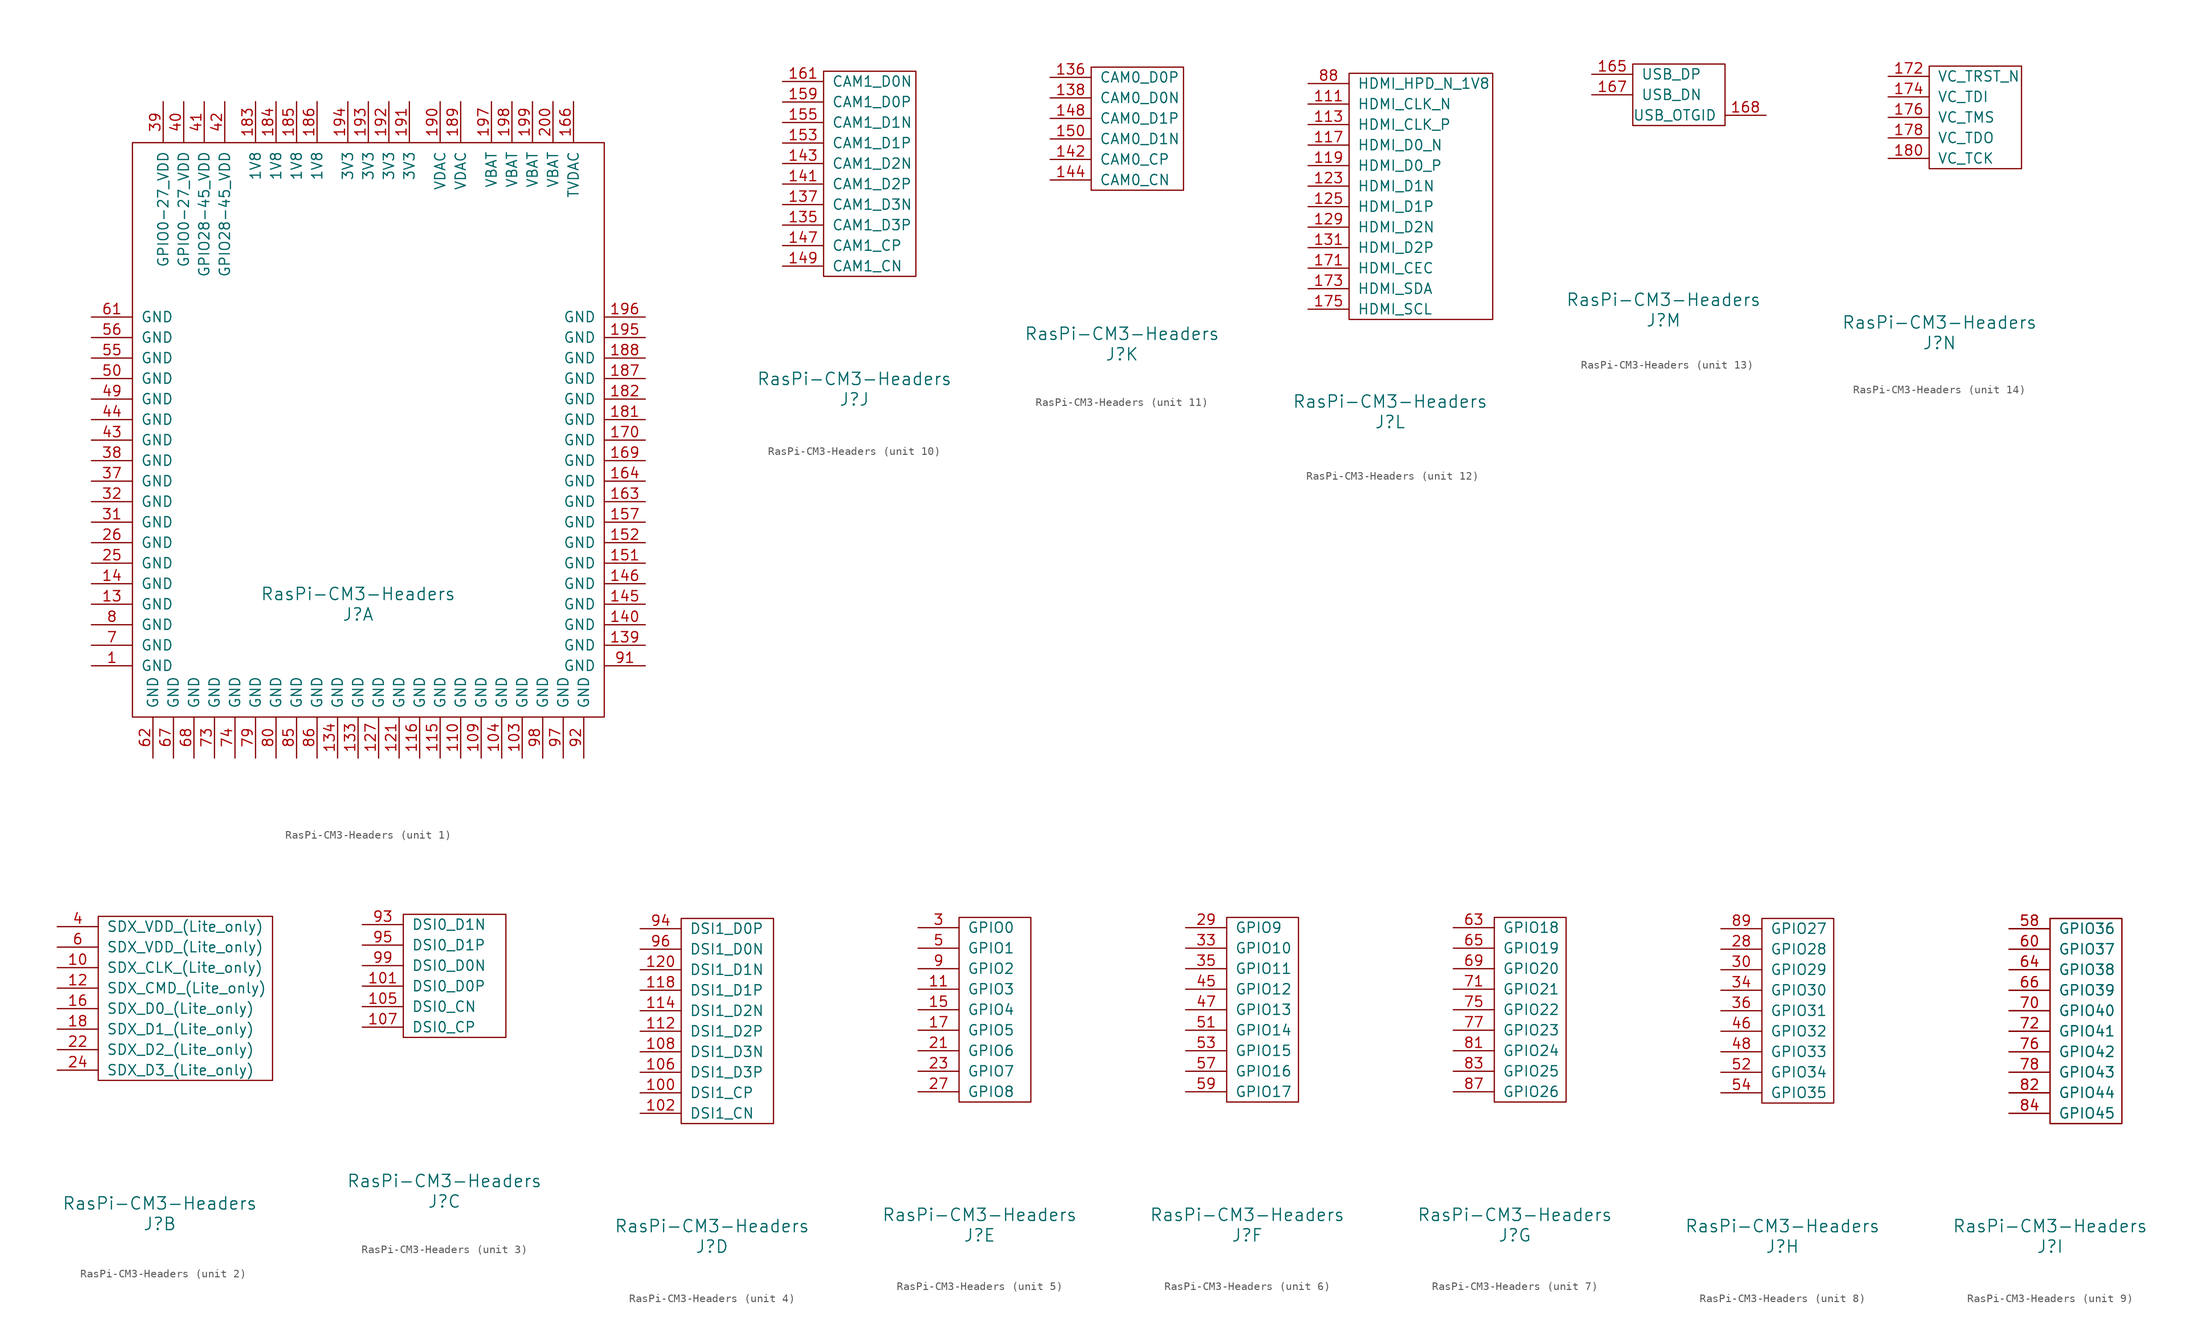
<source format=kicad_sym>
(kicad_symbol_lib
  (version 20241209)
  (generator "kicad_symbol_editor")
  (generator_version "9.0")
  (symbol "RasPi-CM3-Headers"
    (pin_names
      (offset 1.016))
    (property "Reference" "J"
      (at -1.27 -27.94 0)
      (effects (font (size 1.524 1.524))))
    (property "Value" "RasPi-CM3-Headers"
      (at -1.27 -25.4 0)
      (effects (font (size 1.524 1.524))))
    (property "ki_locked" ""
      (at 0 0 0)
      (effects (font (size 1.27 1.27))))
    (symbol "RasPi-CM3-Headers_1_0"
      (rectangle (start -29.21 30.48) (end 29.21 -40.64) (stroke (width 0) (type solid)) (fill (type none))))
    (symbol "RasPi-CM3-Headers_1_1"
      (pin power_in line (at -34.29 8.89 0) (length 5.08) (name "GND" (effects (font (size 1.27 1.27)))) (number "61" (effects (font (size 1.27 1.27)))))
      (pin power_in line (at -34.29 6.35 0) (length 5.08) (name "GND" (effects (font (size 1.27 1.27)))) (number "56" (effects (font (size 1.27 1.27)))))
      (pin power_in line (at -34.29 3.81 0) (length 5.08) (name "GND" (effects (font (size 1.27 1.27)))) (number "55" (effects (font (size 1.27 1.27)))))
      (pin power_in line (at -34.29 1.27 0) (length 5.08) (name "GND" (effects (font (size 1.27 1.27)))) (number "50" (effects (font (size 1.27 1.27)))))
      (pin power_in line (at -34.29 -1.27 0) (length 5.08) (name "GND" (effects (font (size 1.27 1.27)))) (number "49" (effects (font (size 1.27 1.27)))))
      (pin power_in line (at -34.29 -3.81 0) (length 5.08) (name "GND" (effects (font (size 1.27 1.27)))) (number "44" (effects (font (size 1.27 1.27)))))
      (pin power_in line (at -34.29 -6.35 0) (length 5.08) (name "GND" (effects (font (size 1.27 1.27)))) (number "43" (effects (font (size 1.27 1.27)))))
      (pin power_in line (at -34.29 -8.89 0) (length 5.08) (name "GND" (effects (font (size 1.27 1.27)))) (number "38" (effects (font (size 1.27 1.27)))))
      (pin power_in line (at -34.29 -11.43 0) (length 5.08) (name "GND" (effects (font (size 1.27 1.27)))) (number "37" (effects (font (size 1.27 1.27)))))
      (pin power_in line (at -34.29 -13.97 0) (length 5.08) (name "GND" (effects (font (size 1.27 1.27)))) (number "32" (effects (font (size 1.27 1.27)))))
      (pin power_in line (at -34.29 -16.51 0) (length 5.08) (name "GND" (effects (font (size 1.27 1.27)))) (number "31" (effects (font (size 1.27 1.27)))))
      (pin power_in line (at -34.29 -19.05 0) (length 5.08) (name "GND" (effects (font (size 1.27 1.27)))) (number "26" (effects (font (size 1.27 1.27)))))
      (pin power_in line (at -34.29 -21.59 0) (length 5.08) (name "GND" (effects (font (size 1.27 1.27)))) (number "25" (effects (font (size 1.27 1.27)))))
      (pin power_in line (at -34.29 -24.13 0) (length 5.08) (name "GND" (effects (font (size 1.27 1.27)))) (number "14" (effects (font (size 1.27 1.27)))))
      (pin power_in line (at -34.29 -26.67 0) (length 5.08) (name "GND" (effects (font (size 1.27 1.27)))) (number "13" (effects (font (size 1.27 1.27)))))
      (pin power_in line (at -34.29 -29.21 0) (length 5.08) (name "GND" (effects (font (size 1.27 1.27)))) (number "8" (effects (font (size 1.27 1.27)))))
      (pin power_in line (at -34.29 -31.75 0) (length 5.08) (name "GND" (effects (font (size 1.27 1.27)))) (number "7" (effects (font (size 1.27 1.27)))))
      (pin power_in line (at -34.29 -34.29 0) (length 5.08) (name "GND" (effects (font (size 1.27 1.27)))) (number "1" (effects (font (size 1.27 1.27)))))
      (pin power_in line (at -26.67 -45.72 90) (length 5.08) (name "GND" (effects (font (size 1.27 1.27)))) (number "62" (effects (font (size 1.27 1.27)))))
      (pin power_in line (at -25.4 35.56 270) (length 5.08) (name "GPIO0-27_VDD" (effects (font (size 1.27 1.27)))) (number "39" (effects (font (size 1.27 1.27)))))
      (pin power_in line (at -24.13 -45.72 90) (length 5.08) (name "GND" (effects (font (size 1.27 1.27)))) (number "67" (effects (font (size 1.27 1.27)))))
      (pin power_in line (at -22.86 35.56 270) (length 5.08) (name "GPIO0-27_VDD" (effects (font (size 1.27 1.27)))) (number "40" (effects (font (size 1.27 1.27)))))
      (pin power_in line (at -21.59 -45.72 90) (length 5.08) (name "GND" (effects (font (size 1.27 1.27)))) (number "68" (effects (font (size 1.27 1.27)))))
      (pin power_in line (at -20.32 35.56 270) (length 5.08) (name "GPIO28-45_VDD" (effects (font (size 1.27 1.27)))) (number "41" (effects (font (size 1.27 1.27)))))
      (pin power_in line (at -19.05 -45.72 90) (length 5.08) (name "GND" (effects (font (size 1.27 1.27)))) (number "73" (effects (font (size 1.27 1.27)))))
      (pin power_in line (at -17.78 35.56 270) (length 5.08) (name "GPIO28-45_VDD" (effects (font (size 1.27 1.27)))) (number "42" (effects (font (size 1.27 1.27)))))
      (pin power_in line (at -16.51 -45.72 90) (length 5.08) (name "GND" (effects (font (size 1.27 1.27)))) (number "74" (effects (font (size 1.27 1.27)))))
      (pin power_in line (at -13.97 35.56 270) (length 5.08) (name "1V8" (effects (font (size 1.27 1.27)))) (number "183" (effects (font (size 1.27 1.27)))))
      (pin power_in line (at -13.97 -45.72 90) (length 5.08) (name "GND" (effects (font (size 1.27 1.27)))) (number "79" (effects (font (size 1.27 1.27)))))
      (pin no_connect line (at -12.7 5.08 270) (length 5.08) (hide yes) (name "NC" (effects (font (size 1.27 1.27)))) (number "124" (effects (font (size 1.27 1.27)))))
      (pin power_in line (at -11.43 35.56 270) (length 5.08) (name "1V8" (effects (font (size 1.27 1.27)))) (number "184" (effects (font (size 1.27 1.27)))))
      (pin power_in line (at -11.43 -45.72 90) (length 5.08) (name "GND" (effects (font (size 1.27 1.27)))) (number "80" (effects (font (size 1.27 1.27)))))
      (pin no_connect line (at -10.16 5.08 270) (length 5.08) (hide yes) (name "NC" (effects (font (size 1.27 1.27)))) (number "126" (effects (font (size 1.27 1.27)))))
      (pin power_in line (at -8.89 35.56 270) (length 5.08) (name "1V8" (effects (font (size 1.27 1.27)))) (number "185" (effects (font (size 1.27 1.27)))))
      (pin power_in line (at -8.89 -45.72 90) (length 5.08) (name "GND" (effects (font (size 1.27 1.27)))) (number "85" (effects (font (size 1.27 1.27)))))
      (pin no_connect line (at -7.62 5.08 270) (length 5.08) (hide yes) (name "NC" (effects (font (size 1.27 1.27)))) (number "128" (effects (font (size 1.27 1.27)))))
      (pin power_in line (at -6.35 35.56 270) (length 5.08) (name "1V8" (effects (font (size 1.27 1.27)))) (number "186" (effects (font (size 1.27 1.27)))))
      (pin power_in line (at -6.35 -45.72 90) (length 5.08) (name "GND" (effects (font (size 1.27 1.27)))) (number "86" (effects (font (size 1.27 1.27)))))
      (pin no_connect line (at -5.08 5.08 270) (length 5.08) (hide yes) (name "NC" (effects (font (size 1.27 1.27)))) (number "130" (effects (font (size 1.27 1.27)))))
      (pin power_in line (at -3.81 -45.72 90) (length 5.08) (name "GND" (effects (font (size 1.27 1.27)))) (number "134" (effects (font (size 1.27 1.27)))))
      (pin power_in line (at -2.54 35.56 270) (length 5.08) (name "3V3" (effects (font (size 1.27 1.27)))) (number "194" (effects (font (size 1.27 1.27)))))
      (pin no_connect line (at -2.54 5.08 270) (length 5.08) (hide yes) (name "NC" (effects (font (size 1.27 1.27)))) (number "132" (effects (font (size 1.27 1.27)))))
      (pin power_in line (at -1.27 -45.72 90) (length 5.08) (name "GND" (effects (font (size 1.27 1.27)))) (number "133" (effects (font (size 1.27 1.27)))))
      (pin power_in line (at 0 35.56 270) (length 5.08) (name "3V3" (effects (font (size 1.27 1.27)))) (number "193" (effects (font (size 1.27 1.27)))))
      (pin no_connect line (at 0 5.08 270) (length 5.08) (hide yes) (name "VDD_CORE_NC" (effects (font (size 1.27 1.27)))) (number "179" (effects (font (size 1.27 1.27)))))
      (pin power_in line (at 1.27 -45.72 90) (length 5.08) (name "GND" (effects (font (size 1.27 1.27)))) (number "127" (effects (font (size 1.27 1.27)))))
      (pin power_in line (at 2.54 35.56 270) (length 5.08) (name "3V3" (effects (font (size 1.27 1.27)))) (number "192" (effects (font (size 1.27 1.27)))))
      (pin no_connect line (at 2.54 5.08 270) (length 5.08) (hide yes) (name "NC" (effects (font (size 1.27 1.27)))) (number "154" (effects (font (size 1.27 1.27)))))
      (pin power_in line (at 3.81 -45.72 90) (length 5.08) (name "GND" (effects (font (size 1.27 1.27)))) (number "121" (effects (font (size 1.27 1.27)))))
      (pin power_in line (at 5.08 35.56 270) (length 5.08) (name "3V3" (effects (font (size 1.27 1.27)))) (number "191" (effects (font (size 1.27 1.27)))))
      (pin no_connect line (at 5.08 5.08 270) (length 5.08) (hide yes) (name "NC" (effects (font (size 1.27 1.27)))) (number "156" (effects (font (size 1.27 1.27)))))
      (pin power_in line (at 6.35 -45.72 90) (length 5.08) (name "GND" (effects (font (size 1.27 1.27)))) (number "116" (effects (font (size 1.27 1.27)))))
      (pin no_connect line (at 7.62 5.08 270) (length 5.08) (hide yes) (name "NC" (effects (font (size 1.27 1.27)))) (number "158" (effects (font (size 1.27 1.27)))))
      (pin power_in line (at 8.89 35.56 270) (length 5.08) (name "VDAC" (effects (font (size 1.27 1.27)))) (number "190" (effects (font (size 1.27 1.27)))))
      (pin power_in line (at 8.89 -45.72 90) (length 5.08) (name "GND" (effects (font (size 1.27 1.27)))) (number "115" (effects (font (size 1.27 1.27)))))
      (pin no_connect line (at 10.16 5.08 270) (length 5.08) (hide yes) (name "NC" (effects (font (size 1.27 1.27)))) (number "160" (effects (font (size 1.27 1.27)))))
      (pin power_in line (at 11.43 35.56 270) (length 5.08) (name "VDAC" (effects (font (size 1.27 1.27)))) (number "189" (effects (font (size 1.27 1.27)))))
      (pin power_in line (at 11.43 -45.72 90) (length 5.08) (name "GND" (effects (font (size 1.27 1.27)))) (number "110" (effects (font (size 1.27 1.27)))))
      (pin no_connect line (at 12.7 5.08 270) (length 5.08) (hide yes) (name "NC" (effects (font (size 1.27 1.27)))) (number "162" (effects (font (size 1.27 1.27)))))
      (pin power_in line (at 13.97 -45.72 90) (length 5.08) (name "GND" (effects (font (size 1.27 1.27)))) (number "109" (effects (font (size 1.27 1.27)))))
      (pin power_in line (at 15.24 35.56 270) (length 5.08) (name "VBAT" (effects (font (size 1.27 1.27)))) (number "197" (effects (font (size 1.27 1.27)))))
      (pin power_in line (at 16.51 -45.72 90) (length 5.08) (name "GND" (effects (font (size 1.27 1.27)))) (number "104" (effects (font (size 1.27 1.27)))))
      (pin power_in line (at 17.78 35.56 270) (length 5.08) (name "VBAT" (effects (font (size 1.27 1.27)))) (number "198" (effects (font (size 1.27 1.27)))))
      (pin power_in line (at 19.05 -45.72 90) (length 5.08) (name "GND" (effects (font (size 1.27 1.27)))) (number "103" (effects (font (size 1.27 1.27)))))
      (pin power_in line (at 20.32 35.56 270) (length 5.08) (name "VBAT" (effects (font (size 1.27 1.27)))) (number "199" (effects (font (size 1.27 1.27)))))
      (pin power_in line (at 21.59 -45.72 90) (length 5.08) (name "GND" (effects (font (size 1.27 1.27)))) (number "98" (effects (font (size 1.27 1.27)))))
      (pin power_in line (at 22.86 35.56 270) (length 5.08) (name "VBAT" (effects (font (size 1.27 1.27)))) (number "200" (effects (font (size 1.27 1.27)))))
      (pin power_in line (at 24.13 -45.72 90) (length 5.08) (name "GND" (effects (font (size 1.27 1.27)))) (number "97" (effects (font (size 1.27 1.27)))))
      (pin output line (at 25.4 35.56 270) (length 5.08) (name "TVDAC" (effects (font (size 1.27 1.27)))) (number "166" (effects (font (size 1.27 1.27)))))
      (pin power_in line (at 26.67 -45.72 90) (length 5.08) (name "GND" (effects (font (size 1.27 1.27)))) (number "92" (effects (font (size 1.27 1.27)))))
      (pin power_in line (at 34.29 8.89 180) (length 5.08) (name "GND" (effects (font (size 1.27 1.27)))) (number "196" (effects (font (size 1.27 1.27)))))
      (pin power_in line (at 34.29 6.35 180) (length 5.08) (name "GND" (effects (font (size 1.27 1.27)))) (number "195" (effects (font (size 1.27 1.27)))))
      (pin power_in line (at 34.29 3.81 180) (length 5.08) (name "GND" (effects (font (size 1.27 1.27)))) (number "188" (effects (font (size 1.27 1.27)))))
      (pin power_in line (at 34.29 1.27 180) (length 5.08) (name "GND" (effects (font (size 1.27 1.27)))) (number "187" (effects (font (size 1.27 1.27)))))
      (pin power_in line (at 34.29 -1.27 180) (length 5.08) (name "GND" (effects (font (size 1.27 1.27)))) (number "182" (effects (font (size 1.27 1.27)))))
      (pin power_in line (at 34.29 -3.81 180) (length 5.08) (name "GND" (effects (font (size 1.27 1.27)))) (number "181" (effects (font (size 1.27 1.27)))))
      (pin power_in line (at 34.29 -6.35 180) (length 5.08) (name "GND" (effects (font (size 1.27 1.27)))) (number "170" (effects (font (size 1.27 1.27)))))
      (pin power_in line (at 34.29 -8.89 180) (length 5.08) (name "GND" (effects (font (size 1.27 1.27)))) (number "169" (effects (font (size 1.27 1.27)))))
      (pin power_in line (at 34.29 -11.43 180) (length 5.08) (name "GND" (effects (font (size 1.27 1.27)))) (number "164" (effects (font (size 1.27 1.27)))))
      (pin power_in line (at 34.29 -13.97 180) (length 5.08) (name "GND" (effects (font (size 1.27 1.27)))) (number "163" (effects (font (size 1.27 1.27)))))
      (pin power_in line (at 34.29 -16.51 180) (length 5.08) (name "GND" (effects (font (size 1.27 1.27)))) (number "157" (effects (font (size 1.27 1.27)))))
      (pin power_in line (at 34.29 -19.05 180) (length 5.08) (name "GND" (effects (font (size 1.27 1.27)))) (number "152" (effects (font (size 1.27 1.27)))))
      (pin power_in line (at 34.29 -21.59 180) (length 5.08) (name "GND" (effects (font (size 1.27 1.27)))) (number "151" (effects (font (size 1.27 1.27)))))
      (pin power_in line (at 34.29 -24.13 180) (length 5.08) (name "GND" (effects (font (size 1.27 1.27)))) (number "146" (effects (font (size 1.27 1.27)))))
      (pin power_in line (at 34.29 -26.67 180) (length 5.08) (name "GND" (effects (font (size 1.27 1.27)))) (number "145" (effects (font (size 1.27 1.27)))))
      (pin power_in line (at 34.29 -29.21 180) (length 5.08) (name "GND" (effects (font (size 1.27 1.27)))) (number "140" (effects (font (size 1.27 1.27)))))
      (pin power_in line (at 34.29 -31.75 180) (length 5.08) (name "GND" (effects (font (size 1.27 1.27)))) (number "139" (effects (font (size 1.27 1.27)))))
      (pin power_in line (at 34.29 -34.29 180) (length 5.08) (name "GND" (effects (font (size 1.27 1.27)))) (number "91" (effects (font (size 1.27 1.27))))))
    (symbol "RasPi-CM3-Headers_2_0"
      (rectangle (start -8.89 10.16) (end 12.7 -10.16) (stroke (width 0) (type solid)) (fill (type none))))
    (symbol "RasPi-CM3-Headers_2_1"
      (pin power_in line (at -13.97 8.89 0) (length 5.08) (name "SDX_VDD_(Lite_only)" (effects (font (size 1.27 1.27)))) (number "4" (effects (font (size 1.27 1.27)))))
      (pin power_in line (at -13.97 6.35 0) (length 5.08) (name "SDX_VDD_(Lite_only)" (effects (font (size 1.27 1.27)))) (number "6" (effects (font (size 1.27 1.27)))))
      (pin output line (at -13.97 3.81 0) (length 5.08) (name "SDX_CLK_(Lite_only)" (effects (font (size 1.27 1.27)))) (number "10" (effects (font (size 1.27 1.27)))))
      (pin bidirectional line (at -13.97 1.27 0) (length 5.08) (name "SDX_CMD_(Lite_only)" (effects (font (size 1.27 1.27)))) (number "12" (effects (font (size 1.27 1.27)))))
      (pin bidirectional line (at -13.97 -1.27 0) (length 5.08) (name "SDX_D0_(Lite_only)" (effects (font (size 1.27 1.27)))) (number "16" (effects (font (size 1.27 1.27)))))
      (pin bidirectional line (at -13.97 -3.81 0) (length 5.08) (name "SDX_D1_(Lite_only)" (effects (font (size 1.27 1.27)))) (number "18" (effects (font (size 1.27 1.27)))))
      (pin bidirectional line (at -13.97 -6.35 0) (length 5.08) (name "SDX_D2_(Lite_only)" (effects (font (size 1.27 1.27)))) (number "22" (effects (font (size 1.27 1.27)))))
      (pin bidirectional line (at -13.97 -8.89 0) (length 5.08) (name "SDX_D3_(Lite_only)" (effects (font (size 1.27 1.27)))) (number "24" (effects (font (size 1.27 1.27))))))
    (symbol "RasPi-CM3-Headers_3_0"
      (rectangle (start -6.35 7.62) (end 6.35 -7.62) (stroke (width 0) (type solid)) (fill (type none))))
    (symbol "RasPi-CM3-Headers_3_1"
      (pin output line (at -11.43 6.35 0) (length 5.08) (name "DSI0_D1N" (effects (font (size 1.27 1.27)))) (number "93" (effects (font (size 1.27 1.27)))))
      (pin output line (at -11.43 3.81 0) (length 5.08) (name "DSI0_D1P" (effects (font (size 1.27 1.27)))) (number "95" (effects (font (size 1.27 1.27)))))
      (pin output line (at -11.43 1.27 0) (length 5.08) (name "DSI0_D0N" (effects (font (size 1.27 1.27)))) (number "99" (effects (font (size 1.27 1.27)))))
      (pin output line (at -11.43 -1.27 0) (length 5.08) (name "DSI0_D0P" (effects (font (size 1.27 1.27)))) (number "101" (effects (font (size 1.27 1.27)))))
      (pin output line (at -11.43 -3.81 0) (length 5.08) (name "DSI0_CN" (effects (font (size 1.27 1.27)))) (number "105" (effects (font (size 1.27 1.27)))))
      (pin output line (at -11.43 -6.35 0) (length 5.08) (name "DSI0_CP" (effects (font (size 1.27 1.27)))) (number "107" (effects (font (size 1.27 1.27))))))
    (symbol "RasPi-CM3-Headers_4_0"
      (rectangle (start -5.08 12.7) (end 6.35 -12.7) (stroke (width 0) (type solid)) (fill (type none))))
    (symbol "RasPi-CM3-Headers_4_1"
      (pin output line (at -10.16 11.43 0) (length 5.08) (name "DSI1_D0P" (effects (font (size 1.27 1.27)))) (number "94" (effects (font (size 1.27 1.27)))))
      (pin output line (at -10.16 8.89 0) (length 5.08) (name "DSI1_D0N" (effects (font (size 1.27 1.27)))) (number "96" (effects (font (size 1.27 1.27)))))
      (pin output line (at -10.16 6.35 0) (length 5.08) (name "DSI1_D1N" (effects (font (size 1.27 1.27)))) (number "120" (effects (font (size 1.27 1.27)))))
      (pin output line (at -10.16 3.81 0) (length 5.08) (name "DSI1_D1P" (effects (font (size 1.27 1.27)))) (number "118" (effects (font (size 1.27 1.27)))))
      (pin output line (at -10.16 1.27 0) (length 5.08) (name "DSI1_D2N" (effects (font (size 1.27 1.27)))) (number "114" (effects (font (size 1.27 1.27)))))
      (pin output line (at -10.16 -1.27 0) (length 5.08) (name "DSI1_D2P" (effects (font (size 1.27 1.27)))) (number "112" (effects (font (size 1.27 1.27)))))
      (pin output line (at -10.16 -3.81 0) (length 5.08) (name "DSI1_D3N" (effects (font (size 1.27 1.27)))) (number "108" (effects (font (size 1.27 1.27)))))
      (pin output line (at -10.16 -6.35 0) (length 5.08) (name "DSI1_D3P" (effects (font (size 1.27 1.27)))) (number "106" (effects (font (size 1.27 1.27)))))
      (pin output line (at -10.16 -8.89 0) (length 5.08) (name "DSI1_CP" (effects (font (size 1.27 1.27)))) (number "100" (effects (font (size 1.27 1.27)))))
      (pin output line (at -10.16 -11.43 0) (length 5.08) (name "DSI1_CN" (effects (font (size 1.27 1.27)))) (number "102" (effects (font (size 1.27 1.27))))))
    (symbol "RasPi-CM3-Headers_5_0"
      (rectangle (start -3.81 11.43) (end 5.08 -11.43) (stroke (width 0) (type solid)) (fill (type none))))
    (symbol "RasPi-CM3-Headers_5_1"
      (pin bidirectional line (at -8.89 10.16 0) (length 5.08) (name "GPIO0" (effects (font (size 1.27 1.27)))) (number "3" (effects (font (size 1.27 1.27)))))
      (pin bidirectional line (at -8.89 7.62 0) (length 5.08) (name "GPIO1" (effects (font (size 1.27 1.27)))) (number "5" (effects (font (size 1.27 1.27)))))
      (pin bidirectional line (at -8.89 5.08 0) (length 5.08) (name "GPIO2" (effects (font (size 1.27 1.27)))) (number "9" (effects (font (size 1.27 1.27)))))
      (pin bidirectional line (at -8.89 2.54 0) (length 5.08) (name "GPIO3" (effects (font (size 1.27 1.27)))) (number "11" (effects (font (size 1.27 1.27)))))
      (pin bidirectional line (at -8.89 0 0) (length 5.08) (name "GPIO4" (effects (font (size 1.27 1.27)))) (number "15" (effects (font (size 1.27 1.27)))))
      (pin bidirectional line (at -8.89 -2.54 0) (length 5.08) (name "GPIO5" (effects (font (size 1.27 1.27)))) (number "17" (effects (font (size 1.27 1.27)))))
      (pin bidirectional line (at -8.89 -5.08 0) (length 5.08) (name "GPIO6" (effects (font (size 1.27 1.27)))) (number "21" (effects (font (size 1.27 1.27)))))
      (pin bidirectional line (at -8.89 -7.62 0) (length 5.08) (name "GPIO7" (effects (font (size 1.27 1.27)))) (number "23" (effects (font (size 1.27 1.27)))))
      (pin bidirectional line (at -8.89 -10.16 0) (length 5.08) (name "GPIO8" (effects (font (size 1.27 1.27)))) (number "27" (effects (font (size 1.27 1.27))))))
    (symbol "RasPi-CM3-Headers_6_0"
      (rectangle (start -3.81 11.43) (end 5.08 -11.43) (stroke (width 0) (type solid)) (fill (type none))))
    (symbol "RasPi-CM3-Headers_6_1"
      (pin bidirectional line (at -8.89 10.16 0) (length 5.08) (name "GPIO9" (effects (font (size 1.27 1.27)))) (number "29" (effects (font (size 1.27 1.27)))))
      (pin bidirectional line (at -8.89 7.62 0) (length 5.08) (name "GPIO10" (effects (font (size 1.27 1.27)))) (number "33" (effects (font (size 1.27 1.27)))))
      (pin bidirectional line (at -8.89 5.08 0) (length 5.08) (name "GPIO11" (effects (font (size 1.27 1.27)))) (number "35" (effects (font (size 1.27 1.27)))))
      (pin bidirectional line (at -8.89 2.54 0) (length 5.08) (name "GPIO12" (effects (font (size 1.27 1.27)))) (number "45" (effects (font (size 1.27 1.27)))))
      (pin bidirectional line (at -8.89 0 0) (length 5.08) (name "GPIO13" (effects (font (size 1.27 1.27)))) (number "47" (effects (font (size 1.27 1.27)))))
      (pin bidirectional line (at -8.89 -2.54 0) (length 5.08) (name "GPIO14" (effects (font (size 1.27 1.27)))) (number "51" (effects (font (size 1.27 1.27)))))
      (pin bidirectional line (at -8.89 -5.08 0) (length 5.08) (name "GPIO15" (effects (font (size 1.27 1.27)))) (number "53" (effects (font (size 1.27 1.27)))))
      (pin bidirectional line (at -8.89 -7.62 0) (length 5.08) (name "GPIO16" (effects (font (size 1.27 1.27)))) (number "57" (effects (font (size 1.27 1.27)))))
      (pin bidirectional line (at -8.89 -10.16 0) (length 5.08) (name "GPIO17" (effects (font (size 1.27 1.27)))) (number "59" (effects (font (size 1.27 1.27))))))
    (symbol "RasPi-CM3-Headers_7_0"
      (rectangle (start -3.81 11.43) (end 5.08 -11.43) (stroke (width 0) (type solid)) (fill (type none))))
    (symbol "RasPi-CM3-Headers_7_1"
      (pin bidirectional line (at -8.89 10.16 0) (length 5.08) (name "GPIO18" (effects (font (size 1.27 1.27)))) (number "63" (effects (font (size 1.27 1.27)))))
      (pin bidirectional line (at -8.89 7.62 0) (length 5.08) (name "GPIO19" (effects (font (size 1.27 1.27)))) (number "65" (effects (font (size 1.27 1.27)))))
      (pin bidirectional line (at -8.89 5.08 0) (length 5.08) (name "GPIO20" (effects (font (size 1.27 1.27)))) (number "69" (effects (font (size 1.27 1.27)))))
      (pin bidirectional line (at -8.89 2.54 0) (length 5.08) (name "GPIO21" (effects (font (size 1.27 1.27)))) (number "71" (effects (font (size 1.27 1.27)))))
      (pin bidirectional line (at -8.89 0 0) (length 5.08) (name "GPIO22" (effects (font (size 1.27 1.27)))) (number "75" (effects (font (size 1.27 1.27)))))
      (pin bidirectional line (at -8.89 -2.54 0) (length 5.08) (name "GPIO23" (effects (font (size 1.27 1.27)))) (number "77" (effects (font (size 1.27 1.27)))))
      (pin bidirectional line (at -8.89 -5.08 0) (length 5.08) (name "GPIO24" (effects (font (size 1.27 1.27)))) (number "81" (effects (font (size 1.27 1.27)))))
      (pin bidirectional line (at -8.89 -7.62 0) (length 5.08) (name "GPIO25" (effects (font (size 1.27 1.27)))) (number "83" (effects (font (size 1.27 1.27)))))
      (pin bidirectional line (at -8.89 -10.16 0) (length 5.08) (name "GPIO26" (effects (font (size 1.27 1.27)))) (number "87" (effects (font (size 1.27 1.27))))))
    (symbol "RasPi-CM3-Headers_8_0"
      (rectangle (start -3.81 12.7) (end 5.08 -10.16) (stroke (width 0) (type solid)) (fill (type none))))
    (symbol "RasPi-CM3-Headers_8_1"
      (pin bidirectional line (at -8.89 11.43 0) (length 5.08) (name "GPIO27" (effects (font (size 1.27 1.27)))) (number "89" (effects (font (size 1.27 1.27)))))
      (pin bidirectional line (at -8.89 8.89 0) (length 5.08) (name "GPIO28" (effects (font (size 1.27 1.27)))) (number "28" (effects (font (size 1.27 1.27)))))
      (pin bidirectional line (at -8.89 6.35 0) (length 5.08) (name "GPIO29" (effects (font (size 1.27 1.27)))) (number "30" (effects (font (size 1.27 1.27)))))
      (pin bidirectional line (at -8.89 3.81 0) (length 5.08) (name "GPIO30" (effects (font (size 1.27 1.27)))) (number "34" (effects (font (size 1.27 1.27)))))
      (pin bidirectional line (at -8.89 1.27 0) (length 5.08) (name "GPIO31" (effects (font (size 1.27 1.27)))) (number "36" (effects (font (size 1.27 1.27)))))
      (pin bidirectional line (at -8.89 -1.27 0) (length 5.08) (name "GPIO32" (effects (font (size 1.27 1.27)))) (number "46" (effects (font (size 1.27 1.27)))))
      (pin bidirectional line (at -8.89 -3.81 0) (length 5.08) (name "GPIO33" (effects (font (size 1.27 1.27)))) (number "48" (effects (font (size 1.27 1.27)))))
      (pin bidirectional line (at -8.89 -6.35 0) (length 5.08) (name "GPIO34" (effects (font (size 1.27 1.27)))) (number "52" (effects (font (size 1.27 1.27)))))
      (pin bidirectional line (at -8.89 -8.89 0) (length 5.08) (name "GPIO35" (effects (font (size 1.27 1.27)))) (number "54" (effects (font (size 1.27 1.27))))))
    (symbol "RasPi-CM3-Headers_9_0"
      (rectangle (start -1.27 12.7) (end 7.62 -12.7) (stroke (width 0) (type solid)) (fill (type none)))
      (rectangle (start -1.27 12.7) (end 7.62 -12.7) (stroke (width 0) (type solid)) (fill (type none))))
    (symbol "RasPi-CM3-Headers_9_1"
      (pin bidirectional line (at -6.35 11.43 0) (length 5.08) (name "GPIO36" (effects (font (size 1.27 1.27)))) (number "58" (effects (font (size 1.27 1.27)))))
      (pin bidirectional line (at -6.35 11.43 0) (length 5.08) (name "GPIO36" (effects (font (size 1.27 1.27)))) (number "58" (effects (font (size 1.27 1.27)))))
      (pin bidirectional line (at -6.35 8.89 0) (length 5.08) (name "GPIO37" (effects (font (size 1.27 1.27)))) (number "60" (effects (font (size 1.27 1.27)))))
      (pin bidirectional line (at -6.35 8.89 0) (length 5.08) (name "GPIO37" (effects (font (size 1.27 1.27)))) (number "60" (effects (font (size 1.27 1.27)))))
      (pin bidirectional line (at -6.35 6.35 0) (length 5.08) (name "GPIO38" (effects (font (size 1.27 1.27)))) (number "64" (effects (font (size 1.27 1.27)))))
      (pin bidirectional line (at -6.35 6.35 0) (length 5.08) (name "GPIO38" (effects (font (size 1.27 1.27)))) (number "64" (effects (font (size 1.27 1.27)))))
      (pin bidirectional line (at -6.35 3.81 0) (length 5.08) (name "GPIO39" (effects (font (size 1.27 1.27)))) (number "66" (effects (font (size 1.27 1.27)))))
      (pin bidirectional line (at -6.35 3.81 0) (length 5.08) (name "GPIO39" (effects (font (size 1.27 1.27)))) (number "66" (effects (font (size 1.27 1.27)))))
      (pin bidirectional line (at -6.35 1.27 0) (length 5.08) (name "GPIO40" (effects (font (size 1.27 1.27)))) (number "70" (effects (font (size 1.27 1.27)))))
      (pin bidirectional line (at -6.35 1.27 0) (length 5.08) (name "GPIO40" (effects (font (size 1.27 1.27)))) (number "70" (effects (font (size 1.27 1.27)))))
      (pin bidirectional line (at -6.35 -1.27 0) (length 5.08) (name "GPIO41" (effects (font (size 1.27 1.27)))) (number "72" (effects (font (size 1.27 1.27)))))
      (pin bidirectional line (at -6.35 -1.27 0) (length 5.08) (name "GPIO41" (effects (font (size 1.27 1.27)))) (number "72" (effects (font (size 1.27 1.27)))))
      (pin bidirectional line (at -6.35 -3.81 0) (length 5.08) (name "GPIO42" (effects (font (size 1.27 1.27)))) (number "76" (effects (font (size 1.27 1.27)))))
      (pin bidirectional line (at -6.35 -3.81 0) (length 5.08) (name "GPIO42" (effects (font (size 1.27 1.27)))) (number "76" (effects (font (size 1.27 1.27)))))
      (pin bidirectional line (at -6.35 -6.35 0) (length 5.08) (name "GPIO43" (effects (font (size 1.27 1.27)))) (number "78" (effects (font (size 1.27 1.27)))))
      (pin bidirectional line (at -6.35 -6.35 0) (length 5.08) (name "GPIO43" (effects (font (size 1.27 1.27)))) (number "78" (effects (font (size 1.27 1.27)))))
      (pin bidirectional line (at -6.35 -8.89 0) (length 5.08) (name "GPIO44" (effects (font (size 1.27 1.27)))) (number "82" (effects (font (size 1.27 1.27)))))
      (pin bidirectional line (at -6.35 -8.89 0) (length 5.08) (name "GPIO44" (effects (font (size 1.27 1.27)))) (number "82" (effects (font (size 1.27 1.27)))))
      (pin bidirectional line (at -6.35 -11.43 0) (length 5.08) (name "GPIO45" (effects (font (size 1.27 1.27)))) (number "84" (effects (font (size 1.27 1.27)))))
      (pin bidirectional line (at -6.35 -11.43 0) (length 5.08) (name "GPIO45" (effects (font (size 1.27 1.27)))) (number "84" (effects (font (size 1.27 1.27))))))
    (symbol "RasPi-CM3-Headers_10_0"
      (rectangle (start -5.08 12.7) (end 6.35 -12.7) (stroke (width 0) (type solid)) (fill (type none))))
    (symbol "RasPi-CM3-Headers_10_1"
      (pin input line (at -10.16 11.43 0) (length 5.08) (name "CAM1_D0N" (effects (font (size 1.27 1.27)))) (number "161" (effects (font (size 1.27 1.27)))))
      (pin input line (at -10.16 8.89 0) (length 5.08) (name "CAM1_D0P" (effects (font (size 1.27 1.27)))) (number "159" (effects (font (size 1.27 1.27)))))
      (pin input line (at -10.16 6.35 0) (length 5.08) (name "CAM1_D1N" (effects (font (size 1.27 1.27)))) (number "155" (effects (font (size 1.27 1.27)))))
      (pin input line (at -10.16 3.81 0) (length 5.08) (name "CAM1_D1P" (effects (font (size 1.27 1.27)))) (number "153" (effects (font (size 1.27 1.27)))))
      (pin input line (at -10.16 1.27 0) (length 5.08) (name "CAM1_D2N" (effects (font (size 1.27 1.27)))) (number "143" (effects (font (size 1.27 1.27)))))
      (pin input line (at -10.16 -1.27 0) (length 5.08) (name "CAM1_D2P" (effects (font (size 1.27 1.27)))) (number "141" (effects (font (size 1.27 1.27)))))
      (pin input line (at -10.16 -3.81 0) (length 5.08) (name "CAM1_D3N" (effects (font (size 1.27 1.27)))) (number "137" (effects (font (size 1.27 1.27)))))
      (pin input line (at -10.16 -6.35 0) (length 5.08) (name "CAM1_D3P" (effects (font (size 1.27 1.27)))) (number "135" (effects (font (size 1.27 1.27)))))
      (pin input line (at -10.16 -8.89 0) (length 5.08) (name "CAM1_CP" (effects (font (size 1.27 1.27)))) (number "147" (effects (font (size 1.27 1.27)))))
      (pin input line (at -10.16 -11.43 0) (length 5.08) (name "CAM1_CN" (effects (font (size 1.27 1.27)))) (number "149" (effects (font (size 1.27 1.27))))))
    (symbol "RasPi-CM3-Headers_11_0"
      (rectangle (start -5.08 7.62) (end 6.35 -7.62) (stroke (width 0) (type solid)) (fill (type none))))
    (symbol "RasPi-CM3-Headers_11_1"
      (pin input line (at -10.16 6.35 0) (length 5.08) (name "CAM0_D0P" (effects (font (size 1.27 1.27)))) (number "136" (effects (font (size 1.27 1.27)))))
      (pin input line (at -10.16 3.81 0) (length 5.08) (name "CAM0_D0N" (effects (font (size 1.27 1.27)))) (number "138" (effects (font (size 1.27 1.27)))))
      (pin input line (at -10.16 1.27 0) (length 5.08) (name "CAM0_D1P" (effects (font (size 1.27 1.27)))) (number "148" (effects (font (size 1.27 1.27)))))
      (pin input line (at -10.16 -1.27 0) (length 5.08) (name "CAM0_D1N" (effects (font (size 1.27 1.27)))) (number "150" (effects (font (size 1.27 1.27)))))
      (pin input line (at -10.16 -3.81 0) (length 5.08) (name "CAM0_CP" (effects (font (size 1.27 1.27)))) (number "142" (effects (font (size 1.27 1.27)))))
      (pin input line (at -10.16 -6.35 0) (length 5.08) (name "CAM0_CN" (effects (font (size 1.27 1.27)))) (number "144" (effects (font (size 1.27 1.27))))))
    (symbol "RasPi-CM3-Headers_12_0"
      (rectangle (start -6.35 15.24) (end 11.43 -15.24) (stroke (width 0) (type solid)) (fill (type none))))
    (symbol "RasPi-CM3-Headers_12_1"
      (pin input line (at -11.43 13.97 0) (length 5.08) (name "HDMI_HPD_N_1V8" (effects (font (size 1.27 1.27)))) (number "88" (effects (font (size 1.27 1.27)))))
      (pin output line (at -11.43 11.43 0) (length 5.08) (name "HDMI_CLK_N" (effects (font (size 1.27 1.27)))) (number "111" (effects (font (size 1.27 1.27)))))
      (pin output line (at -11.43 8.89 0) (length 5.08) (name "HDMI_CLK_P" (effects (font (size 1.27 1.27)))) (number "113" (effects (font (size 1.27 1.27)))))
      (pin output line (at -11.43 6.35 0) (length 5.08) (name "HDMI_D0_N" (effects (font (size 1.27 1.27)))) (number "117" (effects (font (size 1.27 1.27)))))
      (pin output line (at -11.43 3.81 0) (length 5.08) (name "HDMI_D0_P" (effects (font (size 1.27 1.27)))) (number "119" (effects (font (size 1.27 1.27)))))
      (pin output line (at -11.43 1.27 0) (length 5.08) (name "HDMI_D1N" (effects (font (size 1.27 1.27)))) (number "123" (effects (font (size 1.27 1.27)))))
      (pin output line (at -11.43 -1.27 0) (length 5.08) (name "HDMI_D1P" (effects (font (size 1.27 1.27)))) (number "125" (effects (font (size 1.27 1.27)))))
      (pin output line (at -11.43 -3.81 0) (length 5.08) (name "HDMI_D2N" (effects (font (size 1.27 1.27)))) (number "129" (effects (font (size 1.27 1.27)))))
      (pin output line (at -11.43 -6.35 0) (length 5.08) (name "HDMI_D2P" (effects (font (size 1.27 1.27)))) (number "131" (effects (font (size 1.27 1.27)))))
      (pin bidirectional line (at -11.43 -8.89 0) (length 5.08) (name "HDMI_CEC" (effects (font (size 1.27 1.27)))) (number "171" (effects (font (size 1.27 1.27)))))
      (pin bidirectional line (at -11.43 -11.43 0) (length 5.08) (name "HDMI_SDA" (effects (font (size 1.27 1.27)))) (number "173" (effects (font (size 1.27 1.27)))))
      (pin bidirectional line (at -11.43 -13.97 0) (length 5.08) (name "HDMI_SCL" (effects (font (size 1.27 1.27)))) (number "175" (effects (font (size 1.27 1.27))))))
    (symbol "RasPi-CM3-Headers_13_0"
      (rectangle (start -5.08 3.81) (end 6.35 -3.81) (stroke (width 0) (type solid)) (fill (type none))))
    (symbol "RasPi-CM3-Headers_13_1"
      (pin bidirectional line (at -10.16 2.54 0) (length 5.08) (name "USB_DP" (effects (font (size 1.27 1.27)))) (number "165" (effects (font (size 1.27 1.27)))))
      (pin bidirectional line (at -10.16 0 0) (length 5.08) (name "USB_DN" (effects (font (size 1.27 1.27)))) (number "167" (effects (font (size 1.27 1.27)))))
      (pin input line (at 11.43 -2.54 180) (length 5.08) (name "USB_OTGID" (effects (font (size 1.27 1.27)))) (number "168" (effects (font (size 1.27 1.27))))))
    (symbol "RasPi-CM3-Headers_14_0"
      (rectangle (start -2.54 6.35) (end 8.89 -6.35) (stroke (width 0) (type solid)) (fill (type none))))
    (symbol "RasPi-CM3-Headers_14_1"
      (pin input line (at -7.62 5.08 0) (length 5.08) (name "VC_TRST_N" (effects (font (size 1.27 1.27)))) (number "172" (effects (font (size 1.27 1.27)))))
      (pin input line (at -7.62 2.54 0) (length 5.08) (name "VC_TDI" (effects (font (size 1.27 1.27)))) (number "174" (effects (font (size 1.27 1.27)))))
      (pin input line (at -7.62 0 0) (length 5.08) (name "VC_TMS" (effects (font (size 1.27 1.27)))) (number "176" (effects (font (size 1.27 1.27)))))
      (pin output line (at -7.62 -2.54 0) (length 5.08) (name "VC_TDO" (effects (font (size 1.27 1.27)))) (number "178" (effects (font (size 1.27 1.27)))))
      (pin input line (at -7.62 -5.08 0) (length 5.08) (name "VC_TCK" (effects (font (size 1.27 1.27)))) (number "180" (effects (font (size 1.27 1.27))))))))
</source>
